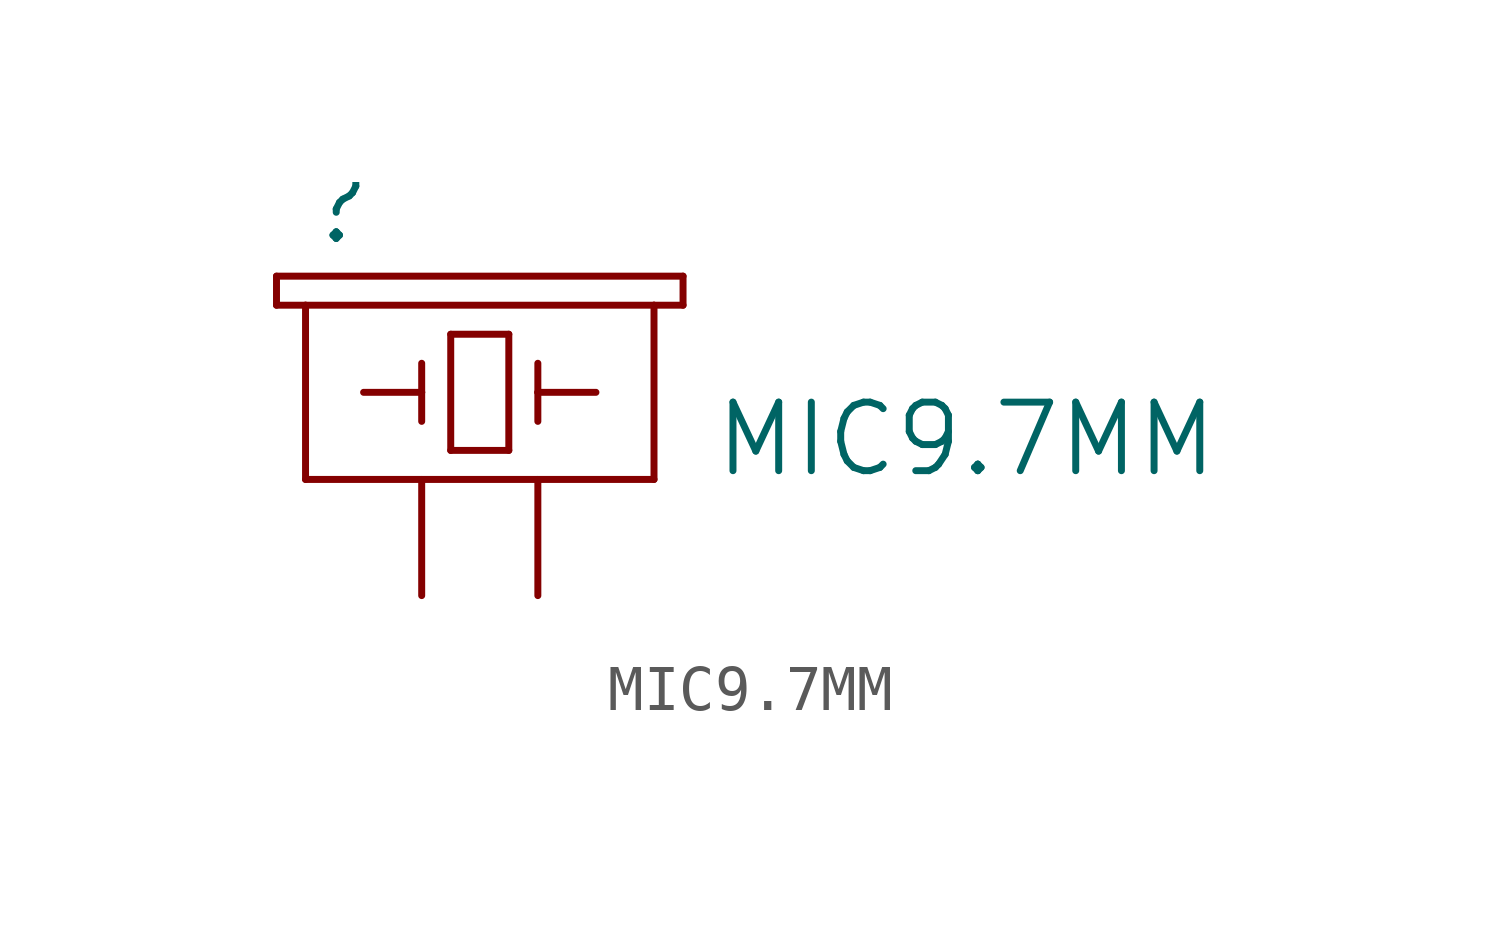
<source format=kicad_sym>
(kicad_symbol_lib
  (version 20211014)
  (generator kicad_symbol_editor)
  (symbol "MIC9.7MM"
    (pin_names
      (offset 1.016))
    (property "Reference" ""
      (at -2.54 5.08 0)
      (effects (font (size 1.499 1.499)) (justify left bottom)))
    (property "Value" "MIC9.7MM"
      (at 6.35 0 0)
      (effects (font (size 1.499 1.499)) (justify left bottom)))
    (property "ki_locked" ""
      (at 0 0 0)
      (effects (font (size 1.27 1.27))))
    (symbol "MIC9.7MM_1_0"
      (polyline (pts (xy -3.175 3.81) (xy -2.54 3.81)) (stroke (width 0) (type default) (color 0 0 0 0)) (fill (type none)))
      (polyline (pts (xy -3.175 4.445) (xy -3.175 3.81)) (stroke (width 0) (type default) (color 0 0 0 0)) (fill (type none)))
      (polyline (pts (xy -2.54 0) (xy 5.08 0)) (stroke (width 0) (type default) (color 0 0 0 0)) (fill (type none)))
      (polyline (pts (xy -2.54 3.81) (xy -2.54 0)) (stroke (width 0) (type default) (color 0 0 0 0)) (fill (type none)))
      (polyline (pts (xy -2.54 3.81) (xy 5.08 3.81)) (stroke (width 0) (type default) (color 0 0 0 0)) (fill (type none)))
      (polyline (pts (xy -1.27 1.905) (xy 0 1.905)) (stroke (width 0) (type default) (color 0 0 0 0)) (fill (type none)))
      (polyline (pts (xy 0 1.905) (xy 0 1.27)) (stroke (width 0) (type default) (color 0 0 0 0)) (fill (type none)))
      (polyline (pts (xy 0 1.905) (xy 0 2.54)) (stroke (width 0) (type default) (color 0 0 0 0)) (fill (type none)))
      (polyline (pts (xy 0.635 0.635) (xy 1.905 0.635)) (stroke (width 0) (type default) (color 0 0 0 0)) (fill (type none)))
      (polyline (pts (xy 0.635 3.175) (xy 0.635 0.635)) (stroke (width 0) (type default) (color 0 0 0 0)) (fill (type none)))
      (polyline (pts (xy 1.905 0.635) (xy 1.905 3.175)) (stroke (width 0) (type default) (color 0 0 0 0)) (fill (type none)))
      (polyline (pts (xy 1.905 3.175) (xy 0.635 3.175)) (stroke (width 0) (type default) (color 0 0 0 0)) (fill (type none)))
      (polyline (pts (xy 2.54 1.905) (xy 2.54 1.27)) (stroke (width 0) (type default) (color 0 0 0 0)) (fill (type none)))
      (polyline (pts (xy 2.54 1.905) (xy 3.81 1.905)) (stroke (width 0) (type default) (color 0 0 0 0)) (fill (type none)))
      (polyline (pts (xy 2.54 2.54) (xy 2.54 1.905)) (stroke (width 0) (type default) (color 0 0 0 0)) (fill (type none)))
      (polyline (pts (xy 5.08 0) (xy 5.08 3.81)) (stroke (width 0) (type default) (color 0 0 0 0)) (fill (type none)))
      (polyline (pts (xy 5.08 3.81) (xy 5.715 3.81)) (stroke (width 0) (type default) (color 0 0 0 0)) (fill (type none)))
      (polyline (pts (xy 5.715 3.81) (xy 5.715 4.445)) (stroke (width 0) (type default) (color 0 0 0 0)) (fill (type none)))
      (polyline (pts (xy 5.715 4.445) (xy -3.175 4.445)) (stroke (width 0) (type default) (color 0 0 0 0)) (fill (type none)))
      (pin passive line (at 0 -2.54 90) (length 2.54) (name "1" (effects (font (size 0 0)))) (number "1" (effects (font (size 0 0)))))
      (pin passive line (at 2.54 -2.54 90) (length 2.54) (name "2" (effects (font (size 0 0)))) (number "2" (effects (font (size 0 0))))))))
</source>
